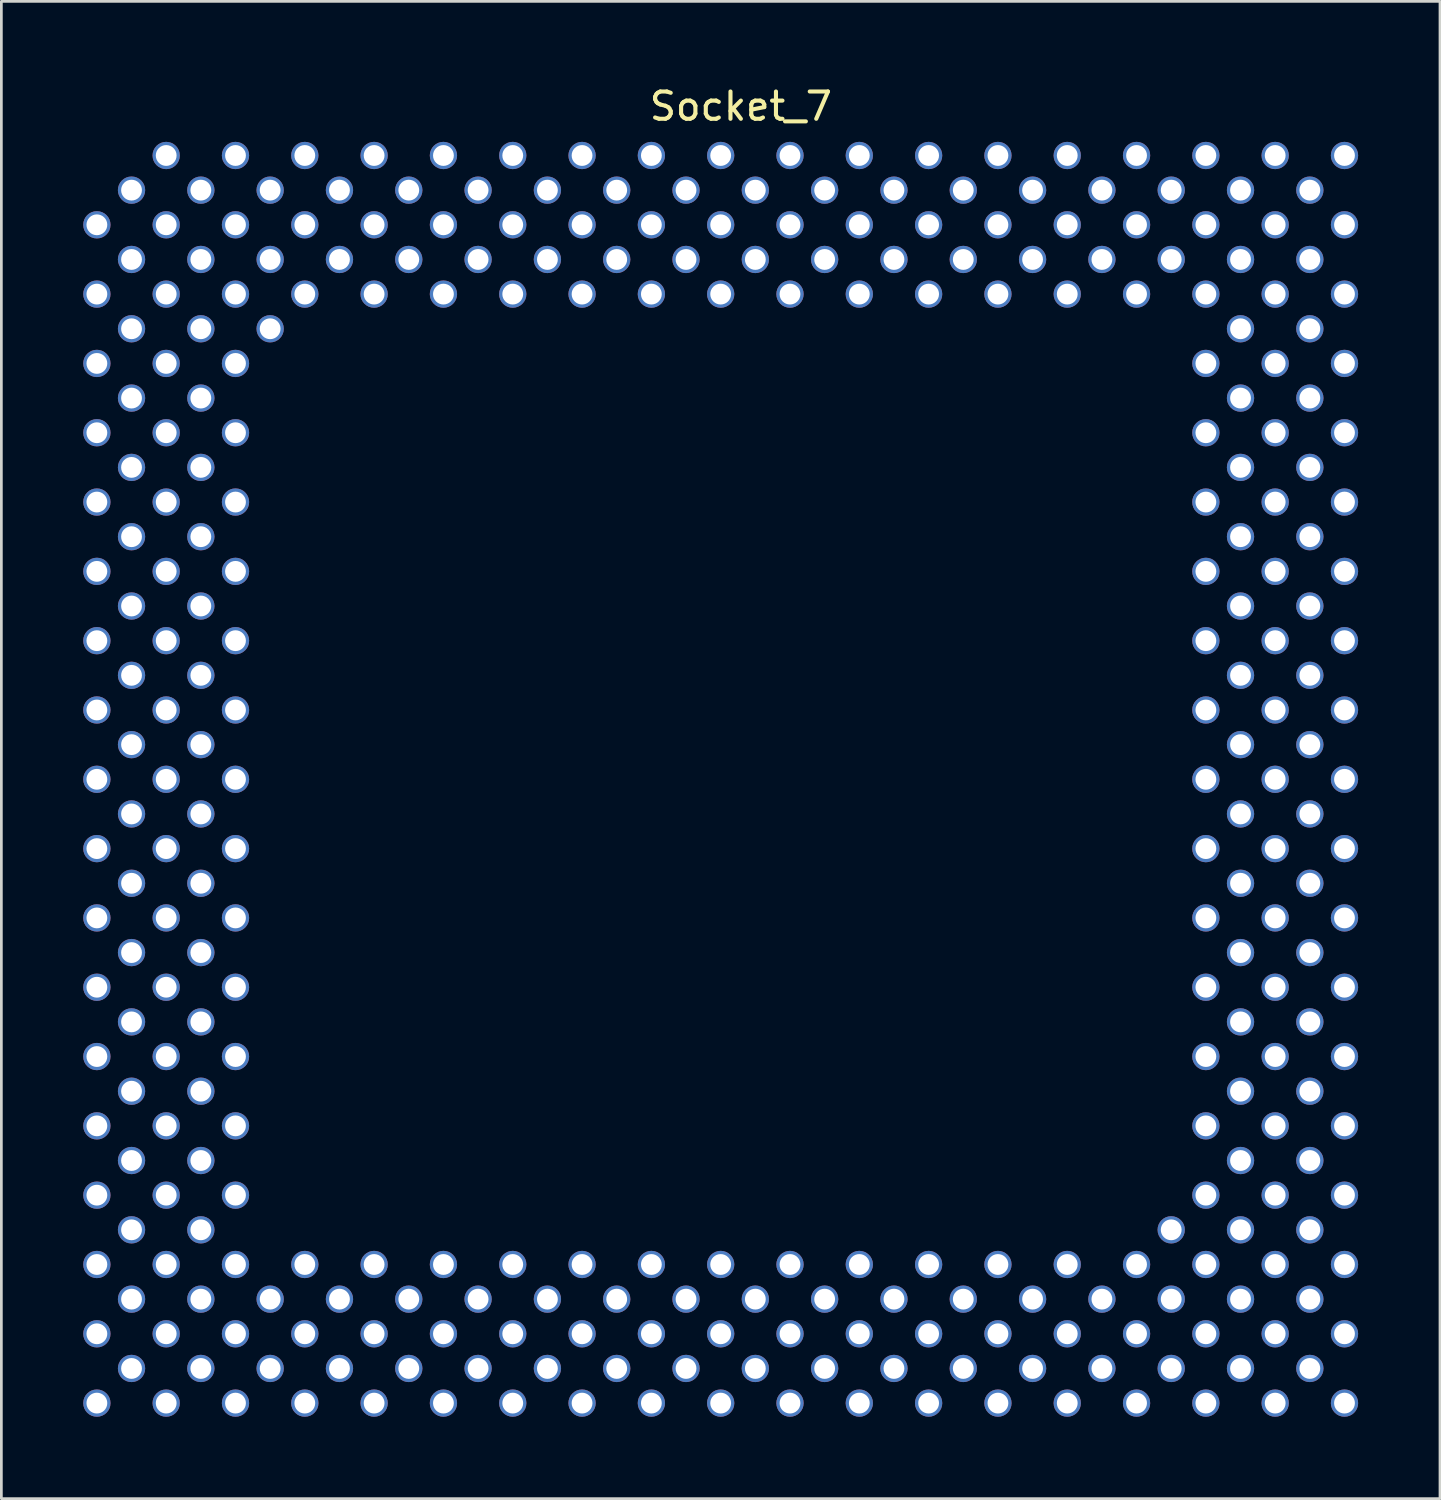
<source format=kicad_pcb>
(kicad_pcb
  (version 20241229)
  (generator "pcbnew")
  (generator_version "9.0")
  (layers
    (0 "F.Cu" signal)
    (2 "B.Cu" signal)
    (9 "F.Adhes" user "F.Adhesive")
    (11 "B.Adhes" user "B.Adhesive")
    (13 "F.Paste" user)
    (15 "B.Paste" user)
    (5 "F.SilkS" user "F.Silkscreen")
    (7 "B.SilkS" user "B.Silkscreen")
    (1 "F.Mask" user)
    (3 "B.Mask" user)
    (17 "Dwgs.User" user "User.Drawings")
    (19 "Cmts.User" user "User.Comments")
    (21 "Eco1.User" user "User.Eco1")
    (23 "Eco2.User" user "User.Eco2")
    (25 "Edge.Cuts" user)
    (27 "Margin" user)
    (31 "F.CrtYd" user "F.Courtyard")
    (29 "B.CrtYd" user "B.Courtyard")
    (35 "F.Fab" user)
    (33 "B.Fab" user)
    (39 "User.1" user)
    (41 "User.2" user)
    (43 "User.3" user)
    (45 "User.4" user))
  (footprint "Socket_7"
    (layer "F.Cu")
    (at 7.7 0.848)
    (property "Reference" "Socket_7" (at 16.4 0 0) (layer "F.SilkS") (effects (font (size 1 1) (thickness 0.15))))
    (attr through_hole)
    (pad "A3" thru_hole circle (at -4.66 1.8) (size 1 1) (drill 0.762) (layers "*.Cu" "*.Mask"))
    (pad "A5" thru_hole circle (at -2.12 1.8) (size 1 1) (drill 0.762) (layers "*.Cu" "*.Mask"))
    (pad "A7" thru_hole circle (at 0.42 1.8) (size 1 1) (drill 0.762) (layers "*.Cu" "*.Mask"))
    (pad "A9" thru_hole circle (at 2.96 1.8) (size 1 1) (drill 0.762) (layers "*.Cu" "*.Mask"))
    (pad "A11" thru_hole circle (at 5.5 1.8) (size 1 1) (drill 0.762) (layers "*.Cu" "*.Mask"))
    (pad "A13" thru_hole circle (at 8.04 1.8) (size 1 1) (drill 0.762) (layers "*.Cu" "*.Mask"))
    (pad "A15" thru_hole circle (at 10.58 1.8) (size 1 1) (drill 0.762) (layers "*.Cu" "*.Mask"))
    (pad "A17" thru_hole circle (at 13.12 1.8) (size 1 1) (drill 0.762) (layers "*.Cu" "*.Mask"))
    (pad "A19" thru_hole circle (at 15.66 1.8) (size 1 1) (drill 0.762) (layers "*.Cu" "*.Mask"))
    (pad "A21" thru_hole circle (at 18.2 1.8) (size 1 1) (drill 0.762) (layers "*.Cu" "*.Mask"))
    (pad "A23" thru_hole circle (at 20.74 1.8) (size 1 1) (drill 0.762) (layers "*.Cu" "*.Mask"))
    (pad "A25" thru_hole circle (at 23.28 1.8) (size 1 1) (drill 0.762) (layers "*.Cu" "*.Mask"))
    (pad "A27" thru_hole circle (at 25.82 1.8) (size 1 1) (drill 0.762) (layers "*.Cu" "*.Mask"))
    (pad "A29" thru_hole circle (at 28.36 1.8) (size 1 1) (drill 0.762) (layers "*.Cu" "*.Mask"))
    (pad "A31" thru_hole circle (at 30.9 1.8) (size 1 1) (drill 0.762) (layers "*.Cu" "*.Mask"))
    (pad "A33" thru_hole circle (at 33.44 1.8) (size 1 1) (drill 0.762) (layers "*.Cu" "*.Mask"))
    (pad "A35" thru_hole circle (at 35.98 1.8) (size 1 1) (drill 0.762) (layers "*.Cu" "*.Mask"))
    (pad "A37" thru_hole circle (at 38.52 1.8) (size 1 1) (drill 0.762) (layers "*.Cu" "*.Mask"))
    (pad "AA1" thru_hole circle (at -7.2 32.28) (size 1 1) (drill 0.762) (layers "*.Cu" "*.Mask"))
    (pad "AA3" thru_hole circle (at -4.66 32.28) (size 1 1) (drill 0.762) (layers "*.Cu" "*.Mask"))
    (pad "AA5" thru_hole circle (at -2.12 32.28) (size 1 1) (drill 0.762) (layers "*.Cu" "*.Mask"))
    (pad "AA33" thru_hole circle (at 33.44 32.28) (size 1 1) (drill 0.762) (layers "*.Cu" "*.Mask"))
    (pad "AA35" thru_hole circle (at 35.98 32.28) (size 1 1) (drill 0.762) (layers "*.Cu" "*.Mask"))
    (pad "AA37" thru_hole circle (at 38.52 32.28) (size 1 1) (drill 0.762) (layers "*.Cu" "*.Mask"))
    (pad "AB2" thru_hole circle (at -5.93 33.55) (size 1 1) (drill 0.762) (layers "*.Cu" "*.Mask"))
    (pad "AB4" thru_hole circle (at -3.39 33.55) (size 1 1) (drill 0.762) (layers "*.Cu" "*.Mask"))
    (pad "AB34" thru_hole circle (at 34.71 33.55) (size 1 1) (drill 0.762) (layers "*.Cu" "*.Mask"))
    (pad "AB36" thru_hole circle (at 37.25 33.55) (size 1 1) (drill 0.762) (layers "*.Cu" "*.Mask"))
    (pad "AC1" thru_hole circle (at -7.2 34.82) (size 1 1) (drill 0.762) (layers "*.Cu" "*.Mask"))
    (pad "AC3" thru_hole circle (at -4.66 34.82) (size 1 1) (drill 0.762) (layers "*.Cu" "*.Mask"))
    (pad "AC5" thru_hole circle (at -2.12 34.82) (size 1 1) (drill 0.762) (layers "*.Cu" "*.Mask"))
    (pad "AC33" thru_hole circle (at 33.44 34.82) (size 1 1) (drill 0.762) (layers "*.Cu" "*.Mask"))
    (pad "AC35" thru_hole circle (at 35.98 34.82) (size 1 1) (drill 0.762) (layers "*.Cu" "*.Mask"))
    (pad "AC37" thru_hole circle (at 38.52 34.82) (size 1 1) (drill 0.762) (layers "*.Cu" "*.Mask"))
    (pad "AD2" thru_hole circle (at -5.93 36.09) (size 1 1) (drill 0.762) (layers "*.Cu" "*.Mask"))
    (pad "AD4" thru_hole circle (at -3.39 36.09) (size 1 1) (drill 0.762) (layers "*.Cu" "*.Mask"))
    (pad "AD34" thru_hole circle (at 34.71 36.09) (size 1 1) (drill 0.762) (layers "*.Cu" "*.Mask"))
    (pad "AD36" thru_hole circle (at 37.25 36.09) (size 1 1) (drill 0.762) (layers "*.Cu" "*.Mask"))
    (pad "AE1" thru_hole circle (at -7.2 37.36) (size 1 1) (drill 0.762) (layers "*.Cu" "*.Mask"))
    (pad "AE3" thru_hole circle (at -4.66 37.36) (size 1 1) (drill 0.762) (layers "*.Cu" "*.Mask"))
    (pad "AE5" thru_hole circle (at -2.12 37.36) (size 1 1) (drill 0.762) (layers "*.Cu" "*.Mask"))
    (pad "AE33" thru_hole circle (at 33.44 37.36) (size 1 1) (drill 0.762) (layers "*.Cu" "*.Mask"))
    (pad "AE35" thru_hole circle (at 35.98 37.36) (size 1 1) (drill 0.762) (layers "*.Cu" "*.Mask"))
    (pad "AE37" thru_hole circle (at 38.52 37.36) (size 1 1) (drill 0.762) (layers "*.Cu" "*.Mask"))
    (pad "AF2" thru_hole circle (at -5.93 38.63) (size 1 1) (drill 0.762) (layers "*.Cu" "*.Mask"))
    (pad "AF4" thru_hole circle (at -3.39 38.63) (size 1 1) (drill 0.762) (layers "*.Cu" "*.Mask"))
    (pad "AF34" thru_hole circle (at 34.71 38.63) (size 1 1) (drill 0.762) (layers "*.Cu" "*.Mask"))
    (pad "AF36" thru_hole circle (at 37.25 38.63) (size 1 1) (drill 0.762) (layers "*.Cu" "*.Mask"))
    (pad "AG1" thru_hole circle (at -7.2 39.9) (size 1 1) (drill 0.762) (layers "*.Cu" "*.Mask"))
    (pad "AG3" thru_hole circle (at -4.66 39.9) (size 1 1) (drill 0.762) (layers "*.Cu" "*.Mask"))
    (pad "AG5" thru_hole circle (at -2.12 39.9) (size 1 1) (drill 0.762) (layers "*.Cu" "*.Mask"))
    (pad "AG33" thru_hole circle (at 33.44 39.9) (size 1 1) (drill 0.762) (layers "*.Cu" "*.Mask"))
    (pad "AG35" thru_hole circle (at 35.98 39.9) (size 1 1) (drill 0.762) (layers "*.Cu" "*.Mask"))
    (pad "AG37" thru_hole circle (at 38.52 39.9) (size 1 1) (drill 0.762) (layers "*.Cu" "*.Mask"))
    (pad "AH2" thru_hole circle (at -5.93 41.17) (size 1 1) (drill 0.762) (layers "*.Cu" "*.Mask"))
    (pad "AH4" thru_hole circle (at -3.39 41.17) (size 1 1) (drill 0.762) (layers "*.Cu" "*.Mask"))
    (pad "AH32" thru_hole circle (at 32.17 41.17) (size 1 1) (drill 0.762) (layers "*.Cu" "*.Mask"))
    (pad "AH34" thru_hole circle (at 34.71 41.17) (size 1 1) (drill 0.762) (layers "*.Cu" "*.Mask"))
    (pad "AH36" thru_hole circle (at 37.25 41.17) (size 1 1) (drill 0.762) (layers "*.Cu" "*.Mask"))
    (pad "AJ1" thru_hole circle (at -7.2 42.44) (size 1 1) (drill 0.762) (layers "*.Cu" "*.Mask"))
    (pad "AJ3" thru_hole circle (at -4.66 42.44) (size 1 1) (drill 0.762) (layers "*.Cu" "*.Mask"))
    (pad "AJ5" thru_hole circle (at -2.12 42.44) (size 1 1) (drill 0.762) (layers "*.Cu" "*.Mask"))
    (pad "AJ7" thru_hole circle (at 0.42 42.44) (size 1 1) (drill 0.762) (layers "*.Cu" "*.Mask"))
    (pad "AJ9" thru_hole circle (at 2.96 42.44) (size 1 1) (drill 0.762) (layers "*.Cu" "*.Mask"))
    (pad "AJ11" thru_hole circle (at 5.5 42.44) (size 1 1) (drill 0.762) (layers "*.Cu" "*.Mask"))
    (pad "AJ13" thru_hole circle (at 8.04 42.44) (size 1 1) (drill 0.762) (layers "*.Cu" "*.Mask"))
    (pad "AJ15" thru_hole circle (at 10.58 42.44) (size 1 1) (drill 0.762) (layers "*.Cu" "*.Mask"))
    (pad "AJ17" thru_hole circle (at 13.12 42.44) (size 1 1) (drill 0.762) (layers "*.Cu" "*.Mask"))
    (pad "AJ19" thru_hole circle (at 15.66 42.44) (size 1 1) (drill 0.762) (layers "*.Cu" "*.Mask"))
    (pad "AJ21" thru_hole circle (at 18.2 42.44) (size 1 1) (drill 0.762) (layers "*.Cu" "*.Mask"))
    (pad "AJ23" thru_hole circle (at 20.74 42.44) (size 1 1) (drill 0.762) (layers "*.Cu" "*.Mask"))
    (pad "AJ25" thru_hole circle (at 23.28 42.44) (size 1 1) (drill 0.762) (layers "*.Cu" "*.Mask"))
    (pad "AJ27" thru_hole circle (at 25.82 42.44) (size 1 1) (drill 0.762) (layers "*.Cu" "*.Mask"))
    (pad "AJ29" thru_hole circle (at 28.36 42.44) (size 1 1) (drill 0.762) (layers "*.Cu" "*.Mask"))
    (pad "AJ31" thru_hole circle (at 30.9 42.44) (size 1 1) (drill 0.762) (layers "*.Cu" "*.Mask"))
    (pad "AJ33" thru_hole circle (at 33.44 42.44) (size 1 1) (drill 0.762) (layers "*.Cu" "*.Mask"))
    (pad "AJ35" thru_hole circle (at 35.98 42.44) (size 1 1) (drill 0.762) (layers "*.Cu" "*.Mask"))
    (pad "AJ37" thru_hole circle (at 38.52 42.44) (size 1 1) (drill 0.762) (layers "*.Cu" "*.Mask"))
    (pad "AK2" thru_hole circle (at -5.93 43.71) (size 1 1) (drill 0.762) (layers "*.Cu" "*.Mask"))
    (pad "AK4" thru_hole circle (at -3.39 43.71) (size 1 1) (drill 0.762) (layers "*.Cu" "*.Mask"))
    (pad "AK6" thru_hole circle (at -0.85 43.71) (size 1 1) (drill 0.762) (layers "*.Cu" "*.Mask"))
    (pad "AK8" thru_hole circle (at 1.69 43.71) (size 1 1) (drill 0.762) (layers "*.Cu" "*.Mask"))
    (pad "AK10" thru_hole circle (at 4.23 43.71) (size 1 1) (drill 0.762) (layers "*.Cu" "*.Mask"))
    (pad "AK12" thru_hole circle (at 6.77 43.71) (size 1 1) (drill 0.762) (layers "*.Cu" "*.Mask"))
    (pad "AK14" thru_hole circle (at 9.31 43.71) (size 1 1) (drill 0.762) (layers "*.Cu" "*.Mask"))
    (pad "AK16" thru_hole circle (at 11.85 43.71) (size 1 1) (drill 0.762) (layers "*.Cu" "*.Mask"))
    (pad "AK18" thru_hole circle (at 14.39 43.71) (size 1 1) (drill 0.762) (layers "*.Cu" "*.Mask"))
    (pad "AK20" thru_hole circle (at 16.93 43.71) (size 1 1) (drill 0.762) (layers "*.Cu" "*.Mask"))
    (pad "AK22" thru_hole circle (at 19.47 43.71) (size 1 1) (drill 0.762) (layers "*.Cu" "*.Mask"))
    (pad "AK24" thru_hole circle (at 22.01 43.71) (size 1 1) (drill 0.762) (layers "*.Cu" "*.Mask"))
    (pad "AK26" thru_hole circle (at 24.55 43.71) (size 1 1) (drill 0.762) (layers "*.Cu" "*.Mask"))
    (pad "AK28" thru_hole circle (at 27.09 43.71) (size 1 1) (drill 0.762) (layers "*.Cu" "*.Mask"))
    (pad "AK30" thru_hole circle (at 29.63 43.71) (size 1 1) (drill 0.762) (layers "*.Cu" "*.Mask"))
    (pad "AK32" thru_hole circle (at 32.17 43.71) (size 1 1) (drill 0.762) (layers "*.Cu" "*.Mask"))
    (pad "AK34" thru_hole circle (at 34.71 43.71) (size 1 1) (drill 0.762) (layers "*.Cu" "*.Mask"))
    (pad "AK36" thru_hole circle (at 37.25 43.71) (size 1 1) (drill 0.762) (layers "*.Cu" "*.Mask"))
    (pad "AL1" thru_hole circle (at -7.2 44.98) (size 1 1) (drill 0.762) (layers "*.Cu" "*.Mask"))
    (pad "AL3" thru_hole circle (at -4.66 44.98) (size 1 1) (drill 0.762) (layers "*.Cu" "*.Mask"))
    (pad "AL5" thru_hole circle (at -2.12 44.98) (size 1 1) (drill 0.762) (layers "*.Cu" "*.Mask"))
    (pad "AL7" thru_hole circle (at 0.42 44.98) (size 1 1) (drill 0.762) (layers "*.Cu" "*.Mask"))
    (pad "AL9" thru_hole circle (at 2.96 44.98) (size 1 1) (drill 0.762) (layers "*.Cu" "*.Mask"))
    (pad "AL11" thru_hole circle (at 5.5 44.98) (size 1 1) (drill 0.762) (layers "*.Cu" "*.Mask"))
    (pad "AL13" thru_hole circle (at 8.04 44.98) (size 1 1) (drill 0.762) (layers "*.Cu" "*.Mask"))
    (pad "AL15" thru_hole circle (at 10.58 44.98) (size 1 1) (drill 0.762) (layers "*.Cu" "*.Mask"))
    (pad "AL17" thru_hole circle (at 13.12 44.98) (size 1 1) (drill 0.762) (layers "*.Cu" "*.Mask"))
    (pad "AL19" thru_hole circle (at 15.66 44.98) (size 1 1) (drill 0.762) (layers "*.Cu" "*.Mask"))
    (pad "AL21" thru_hole circle (at 18.2 44.98) (size 1 1) (drill 0.762) (layers "*.Cu" "*.Mask"))
    (pad "AL23" thru_hole circle (at 20.74 44.98) (size 1 1) (drill 0.762) (layers "*.Cu" "*.Mask"))
    (pad "AL25" thru_hole circle (at 23.28 44.98) (size 1 1) (drill 0.762) (layers "*.Cu" "*.Mask"))
    (pad "AL27" thru_hole circle (at 25.82 44.98) (size 1 1) (drill 0.762) (layers "*.Cu" "*.Mask"))
    (pad "AL29" thru_hole circle (at 28.36 44.98) (size 1 1) (drill 0.762) (layers "*.Cu" "*.Mask"))
    (pad "AL31" thru_hole circle (at 30.9 44.98) (size 1 1) (drill 0.762) (layers "*.Cu" "*.Mask"))
    (pad "AL33" thru_hole circle (at 33.44 44.98) (size 1 1) (drill 0.762) (layers "*.Cu" "*.Mask"))
    (pad "AL35" thru_hole circle (at 35.98 44.98) (size 1 1) (drill 0.762) (layers "*.Cu" "*.Mask"))
    (pad "AL37" thru_hole circle (at 38.52 44.98) (size 1 1) (drill 0.762) (layers "*.Cu" "*.Mask"))
    (pad "AM2" thru_hole circle (at -5.93 46.25) (size 1 1) (drill 0.762) (layers "*.Cu" "*.Mask"))
    (pad "AM4" thru_hole circle (at -3.39 46.25) (size 1 1) (drill 0.762) (layers "*.Cu" "*.Mask"))
    (pad "AM6" thru_hole circle (at -0.85 46.25) (size 1 1) (drill 0.762) (layers "*.Cu" "*.Mask"))
    (pad "AM8" thru_hole circle (at 1.69 46.25) (size 1 1) (drill 0.762) (layers "*.Cu" "*.Mask"))
    (pad "AM10" thru_hole circle (at 4.23 46.25) (size 1 1) (drill 0.762) (layers "*.Cu" "*.Mask"))
    (pad "AM12" thru_hole circle (at 6.77 46.25) (size 1 1) (drill 0.762) (layers "*.Cu" "*.Mask"))
    (pad "AM14" thru_hole circle (at 9.31 46.25) (size 1 1) (drill 0.762) (layers "*.Cu" "*.Mask"))
    (pad "AM16" thru_hole circle (at 11.85 46.25) (size 1 1) (drill 0.762) (layers "*.Cu" "*.Mask"))
    (pad "AM18" thru_hole circle (at 14.39 46.25) (size 1 1) (drill 0.762) (layers "*.Cu" "*.Mask"))
    (pad "AM20" thru_hole circle (at 16.93 46.25) (size 1 1) (drill 0.762) (layers "*.Cu" "*.Mask"))
    (pad "AM22" thru_hole circle (at 19.47 46.25) (size 1 1) (drill 0.762) (layers "*.Cu" "*.Mask"))
    (pad "AM24" thru_hole circle (at 22.01 46.25) (size 1 1) (drill 0.762) (layers "*.Cu" "*.Mask"))
    (pad "AM26" thru_hole circle (at 24.55 46.25) (size 1 1) (drill 0.762) (layers "*.Cu" "*.Mask"))
    (pad "AM28" thru_hole circle (at 27.09 46.25) (size 1 1) (drill 0.762) (layers "*.Cu" "*.Mask"))
    (pad "AM30" thru_hole circle (at 29.63 46.25) (size 1 1) (drill 0.762) (layers "*.Cu" "*.Mask"))
    (pad "AM32" thru_hole circle (at 32.17 46.25) (size 1 1) (drill 0.762) (layers "*.Cu" "*.Mask"))
    (pad "AM34" thru_hole circle (at 34.71 46.25) (size 1 1) (drill 0.762) (layers "*.Cu" "*.Mask"))
    (pad "AM36" thru_hole circle (at 37.25 46.25) (size 1 1) (drill 0.762) (layers "*.Cu" "*.Mask"))
    (pad "AN1" thru_hole circle (at -7.2 47.52) (size 1 1) (drill 0.762) (layers "*.Cu" "*.Mask"))
    (pad "AN3" thru_hole circle (at -4.66 47.52) (size 1 1) (drill 0.762) (layers "*.Cu" "*.Mask"))
    (pad "AN5" thru_hole circle (at -2.12 47.52) (size 1 1) (drill 0.762) (layers "*.Cu" "*.Mask"))
    (pad "AN7" thru_hole circle (at 0.42 47.52) (size 1 1) (drill 0.762) (layers "*.Cu" "*.Mask"))
    (pad "AN9" thru_hole circle (at 2.96 47.52) (size 1 1) (drill 0.762) (layers "*.Cu" "*.Mask"))
    (pad "AN11" thru_hole circle (at 5.5 47.52) (size 1 1) (drill 0.762) (layers "*.Cu" "*.Mask"))
    (pad "AN13" thru_hole circle (at 8.04 47.52) (size 1 1) (drill 0.762) (layers "*.Cu" "*.Mask"))
    (pad "AN15" thru_hole circle (at 10.58 47.52) (size 1 1) (drill 0.762) (layers "*.Cu" "*.Mask"))
    (pad "AN17" thru_hole circle (at 13.12 47.52) (size 1 1) (drill 0.762) (layers "*.Cu" "*.Mask"))
    (pad "AN19" thru_hole circle (at 15.66 47.52) (size 1 1) (drill 0.762) (layers "*.Cu" "*.Mask"))
    (pad "AN21" thru_hole circle (at 18.2 47.52) (size 1 1) (drill 0.762) (layers "*.Cu" "*.Mask"))
    (pad "AN23" thru_hole circle (at 20.74 47.52) (size 1 1) (drill 0.762) (layers "*.Cu" "*.Mask"))
    (pad "AN25" thru_hole circle (at 23.28 47.52) (size 1 1) (drill 0.762) (layers "*.Cu" "*.Mask"))
    (pad "AN27" thru_hole circle (at 25.82 47.52) (size 1 1) (drill 0.762) (layers "*.Cu" "*.Mask"))
    (pad "AN29" thru_hole circle (at 28.36 47.52) (size 1 1) (drill 0.762) (layers "*.Cu" "*.Mask"))
    (pad "AN31" thru_hole circle (at 30.9 47.52) (size 1 1) (drill 0.762) (layers "*.Cu" "*.Mask"))
    (pad "AN33" thru_hole circle (at 33.44 47.52) (size 1 1) (drill 0.762) (layers "*.Cu" "*.Mask"))
    (pad "AN35" thru_hole circle (at 35.98 47.52) (size 1 1) (drill 0.762) (layers "*.Cu" "*.Mask"))
    (pad "AN37" thru_hole circle (at 38.52 47.52) (size 1 1) (drill 0.762) (layers "*.Cu" "*.Mask"))
    (pad "B2" thru_hole circle (at -5.93 3.07) (size 1 1) (drill 0.762) (layers "*.Cu" "*.Mask"))
    (pad "B4" thru_hole circle (at -3.39 3.07) (size 1 1) (drill 0.762) (layers "*.Cu" "*.Mask"))
    (pad "B6" thru_hole circle (at -0.85 3.07) (size 1 1) (drill 0.762) (layers "*.Cu" "*.Mask"))
    (pad "B8" thru_hole circle (at 1.69 3.07) (size 1 1) (drill 0.762) (layers "*.Cu" "*.Mask"))
    (pad "B10" thru_hole circle (at 4.23 3.07) (size 1 1) (drill 0.762) (layers "*.Cu" "*.Mask"))
    (pad "B12" thru_hole circle (at 6.77 3.07) (size 1 1) (drill 0.762) (layers "*.Cu" "*.Mask"))
    (pad "B14" thru_hole circle (at 9.31 3.07) (size 1 1) (drill 0.762) (layers "*.Cu" "*.Mask"))
    (pad "B16" thru_hole circle (at 11.85 3.07) (size 1 1) (drill 0.762) (layers "*.Cu" "*.Mask"))
    (pad "B18" thru_hole circle (at 14.39 3.07) (size 1 1) (drill 0.762) (layers "*.Cu" "*.Mask"))
    (pad "B20" thru_hole circle (at 16.93 3.07) (size 1 1) (drill 0.762) (layers "*.Cu" "*.Mask"))
    (pad "B22" thru_hole circle (at 19.47 3.07) (size 1 1) (drill 0.762) (layers "*.Cu" "*.Mask"))
    (pad "B24" thru_hole circle (at 22.01 3.07) (size 1 1) (drill 0.762) (layers "*.Cu" "*.Mask"))
    (pad "B26" thru_hole circle (at 24.55 3.07) (size 1 1) (drill 0.762) (layers "*.Cu" "*.Mask"))
    (pad "B28" thru_hole circle (at 27.09 3.07) (size 1 1) (drill 0.762) (layers "*.Cu" "*.Mask"))
    (pad "B30" thru_hole circle (at 29.63 3.07) (size 1 1) (drill 0.762) (layers "*.Cu" "*.Mask"))
    (pad "B32" thru_hole circle (at 32.17 3.07) (size 1 1) (drill 0.762) (layers "*.Cu" "*.Mask"))
    (pad "B34" thru_hole circle (at 34.71 3.07) (size 1 1) (drill 0.762) (layers "*.Cu" "*.Mask"))
    (pad "B36" thru_hole circle (at 37.25 3.07) (size 1 1) (drill 0.762) (layers "*.Cu" "*.Mask"))
    (pad "C1" thru_hole circle (at -7.2 4.34) (size 1 1) (drill 0.762) (layers "*.Cu" "*.Mask"))
    (pad "C3" thru_hole circle (at -4.66 4.34) (size 1 1) (drill 0.762) (layers "*.Cu" "*.Mask"))
    (pad "C5" thru_hole circle (at -2.12 4.34) (size 1 1) (drill 0.762) (layers "*.Cu" "*.Mask"))
    (pad "C7" thru_hole circle (at 0.42 4.34) (size 1 1) (drill 0.762) (layers "*.Cu" "*.Mask"))
    (pad "C9" thru_hole circle (at 2.96 4.34) (size 1 1) (drill 0.762) (layers "*.Cu" "*.Mask"))
    (pad "C11" thru_hole circle (at 5.5 4.34) (size 1 1) (drill 0.762) (layers "*.Cu" "*.Mask"))
    (pad "C13" thru_hole circle (at 8.04 4.34) (size 1 1) (drill 0.762) (layers "*.Cu" "*.Mask"))
    (pad "C15" thru_hole circle (at 10.58 4.34) (size 1 1) (drill 0.762) (layers "*.Cu" "*.Mask"))
    (pad "C17" thru_hole circle (at 13.12 4.34) (size 1 1) (drill 0.762) (layers "*.Cu" "*.Mask"))
    (pad "C19" thru_hole circle (at 15.66 4.34) (size 1 1) (drill 0.762) (layers "*.Cu" "*.Mask"))
    (pad "C21" thru_hole circle (at 18.2 4.34) (size 1 1) (drill 0.762) (layers "*.Cu" "*.Mask"))
    (pad "C23" thru_hole circle (at 20.74 4.34) (size 1 1) (drill 0.762) (layers "*.Cu" "*.Mask"))
    (pad "C25" thru_hole circle (at 23.28 4.34) (size 1 1) (drill 0.762) (layers "*.Cu" "*.Mask"))
    (pad "C27" thru_hole circle (at 25.82 4.34) (size 1 1) (drill 0.762) (layers "*.Cu" "*.Mask"))
    (pad "C29" thru_hole circle (at 28.36 4.34) (size 1 1) (drill 0.762) (layers "*.Cu" "*.Mask"))
    (pad "C31" thru_hole circle (at 30.9 4.34) (size 1 1) (drill 0.762) (layers "*.Cu" "*.Mask"))
    (pad "C33" thru_hole circle (at 33.44 4.34) (size 1 1) (drill 0.762) (layers "*.Cu" "*.Mask"))
    (pad "C35" thru_hole circle (at 35.98 4.34) (size 1 1) (drill 0.762) (layers "*.Cu" "*.Mask"))
    (pad "C37" thru_hole circle (at 38.52 4.34) (size 1 1) (drill 0.762) (layers "*.Cu" "*.Mask"))
    (pad "D2" thru_hole circle (at -5.93 5.61) (size 1 1) (drill 0.762) (layers "*.Cu" "*.Mask"))
    (pad "D4" thru_hole circle (at -3.39 5.61) (size 1 1) (drill 0.762) (layers "*.Cu" "*.Mask"))
    (pad "D6" thru_hole circle (at -0.85 5.61) (size 1 1) (drill 0.762) (layers "*.Cu" "*.Mask"))
    (pad "D8" thru_hole circle (at 1.69 5.61) (size 1 1) (drill 0.762) (layers "*.Cu" "*.Mask"))
    (pad "D10" thru_hole circle (at 4.23 5.61) (size 1 1) (drill 0.762) (layers "*.Cu" "*.Mask"))
    (pad "D12" thru_hole circle (at 6.77 5.61) (size 1 1) (drill 0.762) (layers "*.Cu" "*.Mask"))
    (pad "D14" thru_hole circle (at 9.31 5.61) (size 1 1) (drill 0.762) (layers "*.Cu" "*.Mask"))
    (pad "D16" thru_hole circle (at 11.85 5.61) (size 1 1) (drill 0.762) (layers "*.Cu" "*.Mask"))
    (pad "D18" thru_hole circle (at 14.39 5.61) (size 1 1) (drill 0.762) (layers "*.Cu" "*.Mask"))
    (pad "D20" thru_hole circle (at 16.93 5.61) (size 1 1) (drill 0.762) (layers "*.Cu" "*.Mask"))
    (pad "D22" thru_hole circle (at 19.47 5.61) (size 1 1) (drill 0.762) (layers "*.Cu" "*.Mask"))
    (pad "D24" thru_hole circle (at 22.01 5.61) (size 1 1) (drill 0.762) (layers "*.Cu" "*.Mask"))
    (pad "D26" thru_hole circle (at 24.55 5.61) (size 1 1) (drill 0.762) (layers "*.Cu" "*.Mask"))
    (pad "D28" thru_hole circle (at 27.09 5.61) (size 1 1) (drill 0.762) (layers "*.Cu" "*.Mask"))
    (pad "D30" thru_hole circle (at 29.63 5.61) (size 1 1) (drill 0.762) (layers "*.Cu" "*.Mask"))
    (pad "D32" thru_hole circle (at 32.17 5.61) (size 1 1) (drill 0.762) (layers "*.Cu" "*.Mask"))
    (pad "D34" thru_hole circle (at 34.71 5.61) (size 1 1) (drill 0.762) (layers "*.Cu" "*.Mask"))
    (pad "D36" thru_hole circle (at 37.25 5.61) (size 1 1) (drill 0.762) (layers "*.Cu" "*.Mask"))
    (pad "E1" thru_hole circle (at -7.2 6.88) (size 1 1) (drill 0.762) (layers "*.Cu" "*.Mask"))
    (pad "E3" thru_hole circle (at -4.66 6.88) (size 1 1) (drill 0.762) (layers "*.Cu" "*.Mask"))
    (pad "E5" thru_hole circle (at -2.12 6.88) (size 1 1) (drill 0.762) (layers "*.Cu" "*.Mask"))
    (pad "E7" thru_hole circle (at 0.42 6.88) (size 1 1) (drill 0.762) (layers "*.Cu" "*.Mask"))
    (pad "E9" thru_hole circle (at 2.96 6.88) (size 1 1) (drill 0.762) (layers "*.Cu" "*.Mask"))
    (pad "E11" thru_hole circle (at 5.5 6.88) (size 1 1) (drill 0.762) (layers "*.Cu" "*.Mask"))
    (pad "E13" thru_hole circle (at 8.04 6.88) (size 1 1) (drill 0.762) (layers "*.Cu" "*.Mask"))
    (pad "E15" thru_hole circle (at 10.58 6.88) (size 1 1) (drill 0.762) (layers "*.Cu" "*.Mask"))
    (pad "E17" thru_hole circle (at 13.12 6.88) (size 1 1) (drill 0.762) (layers "*.Cu" "*.Mask"))
    (pad "E19" thru_hole circle (at 15.66 6.88) (size 1 1) (drill 0.762) (layers "*.Cu" "*.Mask"))
    (pad "E21" thru_hole circle (at 18.2 6.88) (size 1 1) (drill 0.762) (layers "*.Cu" "*.Mask"))
    (pad "E23" thru_hole circle (at 20.74 6.88) (size 1 1) (drill 0.762) (layers "*.Cu" "*.Mask"))
    (pad "E25" thru_hole circle (at 23.28 6.88) (size 1 1) (drill 0.762) (layers "*.Cu" "*.Mask"))
    (pad "E27" thru_hole circle (at 25.82 6.88) (size 1 1) (drill 0.762) (layers "*.Cu" "*.Mask"))
    (pad "E29" thru_hole circle (at 28.36 6.88) (size 1 1) (drill 0.762) (layers "*.Cu" "*.Mask"))
    (pad "E31" thru_hole circle (at 30.9 6.88) (size 1 1) (drill 0.762) (layers "*.Cu" "*.Mask"))
    (pad "E33" thru_hole circle (at 33.44 6.88) (size 1 1) (drill 0.762) (layers "*.Cu" "*.Mask"))
    (pad "E35" thru_hole circle (at 35.98 6.88) (size 1 1) (drill 0.762) (layers "*.Cu" "*.Mask"))
    (pad "E37" thru_hole circle (at 38.52 6.88) (size 1 1) (drill 0.762) (layers "*.Cu" "*.Mask"))
    (pad "F2" thru_hole circle (at -5.93 8.15) (size 1 1) (drill 0.762) (layers "*.Cu" "*.Mask"))
    (pad "F4" thru_hole circle (at -3.39 8.15) (size 1 1) (drill 0.762) (layers "*.Cu" "*.Mask"))
    (pad "F6" thru_hole circle (at -0.85 8.15) (size 1 1) (drill 0.762) (layers "*.Cu" "*.Mask"))
    (pad "F34" thru_hole circle (at 34.71 8.15) (size 1 1) (drill 0.762) (layers "*.Cu" "*.Mask"))
    (pad "F36" thru_hole circle (at 37.25 8.15) (size 1 1) (drill 0.762) (layers "*.Cu" "*.Mask"))
    (pad "G1" thru_hole circle (at -7.2 9.42) (size 1 1) (drill 0.762) (layers "*.Cu" "*.Mask"))
    (pad "G3" thru_hole circle (at -4.66 9.42) (size 1 1) (drill 0.762) (layers "*.Cu" "*.Mask"))
    (pad "G5" thru_hole circle (at -2.12 9.42) (size 1 1) (drill 0.762) (layers "*.Cu" "*.Mask"))
    (pad "G33" thru_hole circle (at 33.44 9.42) (size 1 1) (drill 0.762) (layers "*.Cu" "*.Mask"))
    (pad "G35" thru_hole circle (at 35.98 9.42) (size 1 1) (drill 0.762) (layers "*.Cu" "*.Mask"))
    (pad "G37" thru_hole circle (at 38.52 9.42) (size 1 1) (drill 0.762) (layers "*.Cu" "*.Mask"))
    (pad "H2" thru_hole circle (at -5.93 10.69) (size 1 1) (drill 0.762) (layers "*.Cu" "*.Mask"))
    (pad "H4" thru_hole circle (at -3.39 10.69) (size 1 1) (drill 0.762) (layers "*.Cu" "*.Mask"))
    (pad "H34" thru_hole circle (at 34.71 10.69) (size 1 1) (drill 0.762) (layers "*.Cu" "*.Mask"))
    (pad "H36" thru_hole circle (at 37.25 10.69) (size 1 1) (drill 0.762) (layers "*.Cu" "*.Mask"))
    (pad "J1" thru_hole circle (at -7.2 11.96) (size 1 1) (drill 0.762) (layers "*.Cu" "*.Mask"))
    (pad "J3" thru_hole circle (at -4.66 11.96) (size 1 1) (drill 0.762) (layers "*.Cu" "*.Mask"))
    (pad "J5" thru_hole circle (at -2.12 11.96) (size 1 1) (drill 0.762) (layers "*.Cu" "*.Mask"))
    (pad "J33" thru_hole circle (at 33.44 11.96) (size 1 1) (drill 0.762) (layers "*.Cu" "*.Mask"))
    (pad "J35" thru_hole circle (at 35.98 11.96) (size 1 1) (drill 0.762) (layers "*.Cu" "*.Mask"))
    (pad "J37" thru_hole circle (at 38.52 11.96) (size 1 1) (drill 0.762) (layers "*.Cu" "*.Mask"))
    (pad "K2" thru_hole circle (at -5.93 13.23) (size 1 1) (drill 0.762) (layers "*.Cu" "*.Mask"))
    (pad "K4" thru_hole circle (at -3.39 13.23) (size 1 1) (drill 0.762) (layers "*.Cu" "*.Mask"))
    (pad "K34" thru_hole circle (at 34.71 13.23) (size 1 1) (drill 0.762) (layers "*.Cu" "*.Mask"))
    (pad "K36" thru_hole circle (at 37.25 13.23) (size 1 1) (drill 0.762) (layers "*.Cu" "*.Mask"))
    (pad "L1" thru_hole circle (at -7.2 14.5) (size 1 1) (drill 0.762) (layers "*.Cu" "*.Mask"))
    (pad "L3" thru_hole circle (at -4.66 14.5) (size 1 1) (drill 0.762) (layers "*.Cu" "*.Mask"))
    (pad "L5" thru_hole circle (at -2.12 14.5) (size 1 1) (drill 0.762) (layers "*.Cu" "*.Mask"))
    (pad "L33" thru_hole circle (at 33.44 14.5) (size 1 1) (drill 0.762) (layers "*.Cu" "*.Mask"))
    (pad "L35" thru_hole circle (at 35.98 14.5) (size 1 1) (drill 0.762) (layers "*.Cu" "*.Mask"))
    (pad "L37" thru_hole circle (at 38.52 14.5) (size 1 1) (drill 0.762) (layers "*.Cu" "*.Mask"))
    (pad "M2" thru_hole circle (at -5.93 15.77) (size 1 1) (drill 0.762) (layers "*.Cu" "*.Mask"))
    (pad "M4" thru_hole circle (at -3.39 15.77) (size 1 1) (drill 0.762) (layers "*.Cu" "*.Mask"))
    (pad "M34" thru_hole circle (at 34.71 15.77) (size 1 1) (drill 0.762) (layers "*.Cu" "*.Mask"))
    (pad "M36" thru_hole circle (at 37.25 15.77) (size 1 1) (drill 0.762) (layers "*.Cu" "*.Mask"))
    (pad "N1" thru_hole circle (at -7.2 17.04) (size 1 1) (drill 0.762) (layers "*.Cu" "*.Mask"))
    (pad "N3" thru_hole circle (at -4.66 17.04) (size 1 1) (drill 0.762) (layers "*.Cu" "*.Mask"))
    (pad "N5" thru_hole circle (at -2.12 17.04) (size 1 1) (drill 0.762) (layers "*.Cu" "*.Mask"))
    (pad "N33" thru_hole circle (at 33.44 17.04) (size 1 1) (drill 0.762) (layers "*.Cu" "*.Mask"))
    (pad "N35" thru_hole circle (at 35.98 17.04) (size 1 1) (drill 0.762) (layers "*.Cu" "*.Mask"))
    (pad "N37" thru_hole circle (at 38.52 17.04) (size 1 1) (drill 0.762) (layers "*.Cu" "*.Mask"))
    (pad "P2" thru_hole circle (at -5.93 18.31) (size 1 1) (drill 0.762) (layers "*.Cu" "*.Mask"))
    (pad "P4" thru_hole circle (at -3.39 18.31) (size 1 1) (drill 0.762) (layers "*.Cu" "*.Mask"))
    (pad "P34" thru_hole circle (at 34.71 18.31) (size 1 1) (drill 0.762) (layers "*.Cu" "*.Mask"))
    (pad "P36" thru_hole circle (at 37.25 18.31) (size 1 1) (drill 0.762) (layers "*.Cu" "*.Mask"))
    (pad "Q1" thru_hole circle (at -7.2 19.58) (size 1 1) (drill 0.762) (layers "*.Cu" "*.Mask"))
    (pad "Q3" thru_hole circle (at -4.66 19.58) (size 1 1) (drill 0.762) (layers "*.Cu" "*.Mask"))
    (pad "Q5" thru_hole circle (at -2.12 19.58) (size 1 1) (drill 0.762) (layers "*.Cu" "*.Mask"))
    (pad "Q33" thru_hole circle (at 33.44 19.58) (size 1 1) (drill 0.762) (layers "*.Cu" "*.Mask"))
    (pad "Q35" thru_hole circle (at 35.98 19.58) (size 1 1) (drill 0.762) (layers "*.Cu" "*.Mask"))
    (pad "Q37" thru_hole circle (at 38.52 19.58) (size 1 1) (drill 0.762) (layers "*.Cu" "*.Mask"))
    (pad "R2" thru_hole circle (at -5.93 20.85) (size 1 1) (drill 0.762) (layers "*.Cu" "*.Mask"))
    (pad "R4" thru_hole circle (at -3.39 20.85) (size 1 1) (drill 0.762) (layers "*.Cu" "*.Mask"))
    (pad "R34" thru_hole circle (at 34.71 20.85) (size 1 1) (drill 0.762) (layers "*.Cu" "*.Mask"))
    (pad "R36" thru_hole circle (at 37.25 20.85) (size 1 1) (drill 0.762) (layers "*.Cu" "*.Mask"))
    (pad "S1" thru_hole circle (at -7.2 22.12) (size 1 1) (drill 0.762) (layers "*.Cu" "*.Mask"))
    (pad "S3" thru_hole circle (at -4.66 22.12) (size 1 1) (drill 0.762) (layers "*.Cu" "*.Mask"))
    (pad "S5" thru_hole circle (at -2.12 22.12) (size 1 1) (drill 0.762) (layers "*.Cu" "*.Mask"))
    (pad "S33" thru_hole circle (at 33.44 22.12) (size 1 1) (drill 0.762) (layers "*.Cu" "*.Mask"))
    (pad "S35" thru_hole circle (at 35.98 22.12) (size 1 1) (drill 0.762) (layers "*.Cu" "*.Mask"))
    (pad "S37" thru_hole circle (at 38.52 22.12) (size 1 1) (drill 0.762) (layers "*.Cu" "*.Mask"))
    (pad "T2" thru_hole circle (at -5.93 23.39) (size 1 1) (drill 0.762) (layers "*.Cu" "*.Mask"))
    (pad "T4" thru_hole circle (at -3.39 23.39) (size 1 1) (drill 0.762) (layers "*.Cu" "*.Mask"))
    (pad "T34" thru_hole circle (at 34.71 23.39) (size 1 1) (drill 0.762) (layers "*.Cu" "*.Mask"))
    (pad "T36" thru_hole circle (at 37.25 23.39) (size 1 1) (drill 0.762) (layers "*.Cu" "*.Mask"))
    (pad "U1" thru_hole circle (at -7.2 24.66) (size 1 1) (drill 0.762) (layers "*.Cu" "*.Mask"))
    (pad "U3" thru_hole circle (at -4.66 24.66) (size 1 1) (drill 0.762) (layers "*.Cu" "*.Mask"))
    (pad "U5" thru_hole circle (at -2.12 24.66) (size 1 1) (drill 0.762) (layers "*.Cu" "*.Mask"))
    (pad "U33" thru_hole circle (at 33.44 24.66) (size 1 1) (drill 0.762) (layers "*.Cu" "*.Mask"))
    (pad "U35" thru_hole circle (at 35.98 24.66) (size 1 1) (drill 0.762) (layers "*.Cu" "*.Mask"))
    (pad "U37" thru_hole circle (at 38.52 24.66) (size 1 1) (drill 0.762) (layers "*.Cu" "*.Mask"))
    (pad "V2" thru_hole circle (at -5.93 25.93) (size 1 1) (drill 0.762) (layers "*.Cu" "*.Mask"))
    (pad "V4" thru_hole circle (at -3.39 25.93) (size 1 1) (drill 0.762) (layers "*.Cu" "*.Mask"))
    (pad "V34" thru_hole circle (at 34.71 25.93) (size 1 1) (drill 0.762) (layers "*.Cu" "*.Mask"))
    (pad "V36" thru_hole circle (at 37.25 25.93) (size 1 1) (drill 0.762) (layers "*.Cu" "*.Mask"))
    (pad "W1" thru_hole circle (at -7.2 27.2) (size 1 1) (drill 0.762) (layers "*.Cu" "*.Mask"))
    (pad "W3" thru_hole circle (at -4.66 27.2) (size 1 1) (drill 0.762) (layers "*.Cu" "*.Mask"))
    (pad "W5" thru_hole circle (at -2.12 27.2) (size 1 1) (drill 0.762) (layers "*.Cu" "*.Mask"))
    (pad "W33" thru_hole circle (at 33.44 27.2) (size 1 1) (drill 0.762) (layers "*.Cu" "*.Mask"))
    (pad "W35" thru_hole circle (at 35.98 27.2) (size 1 1) (drill 0.762) (layers "*.Cu" "*.Mask"))
    (pad "W37" thru_hole circle (at 38.52 27.2) (size 1 1) (drill 0.762) (layers "*.Cu" "*.Mask"))
    (pad "X2" thru_hole circle (at -5.93 28.47) (size 1 1) (drill 0.762) (layers "*.Cu" "*.Mask"))
    (pad "X4" thru_hole circle (at -3.39 28.47) (size 1 1) (drill 0.762) (layers "*.Cu" "*.Mask"))
    (pad "X34" thru_hole circle (at 34.71 28.47) (size 1 1) (drill 0.762) (layers "*.Cu" "*.Mask"))
    (pad "X36" thru_hole circle (at 37.25 28.47) (size 1 1) (drill 0.762) (layers "*.Cu" "*.Mask"))
    (pad "Y1" thru_hole circle (at -7.2 29.74) (size 1 1) (drill 0.762) (layers "*.Cu" "*.Mask"))
    (pad "Y3" thru_hole circle (at -4.66 29.74) (size 1 1) (drill 0.762) (layers "*.Cu" "*.Mask"))
    (pad "Y5" thru_hole circle (at -2.12 29.74) (size 1 1) (drill 0.762) (layers "*.Cu" "*.Mask"))
    (pad "Y33" thru_hole circle (at 33.44 29.74) (size 1 1) (drill 0.762) (layers "*.Cu" "*.Mask"))
    (pad "Y35" thru_hole circle (at 35.98 29.74) (size 1 1) (drill 0.762) (layers "*.Cu" "*.Mask"))
    (pad "Y37" thru_hole circle (at 38.52 29.74) (size 1 1) (drill 0.762) (layers "*.Cu" "*.Mask"))
    (pad "Z2" thru_hole circle (at -5.93 31.01) (size 1 1) (drill 0.762) (layers "*.Cu" "*.Mask"))
    (pad "Z4" thru_hole circle (at -3.39 31.01) (size 1 1) (drill 0.762) (layers "*.Cu" "*.Mask"))
    (pad "Z34" thru_hole circle (at 34.71 31.01) (size 1 1) (drill 0.762) (layers "*.Cu" "*.Mask"))
    (pad "Z36" thru_hole circle (at 37.25 31.01) (size 1 1) (drill 0.762) (layers "*.Cu" "*.Mask")))
  (gr_rect
    (start -3 -3)
    (end 49.72 51.868)
    (stroke (width 0.1) (type default))
    (fill no)
    (layer "Edge.Cuts")))
</source>
